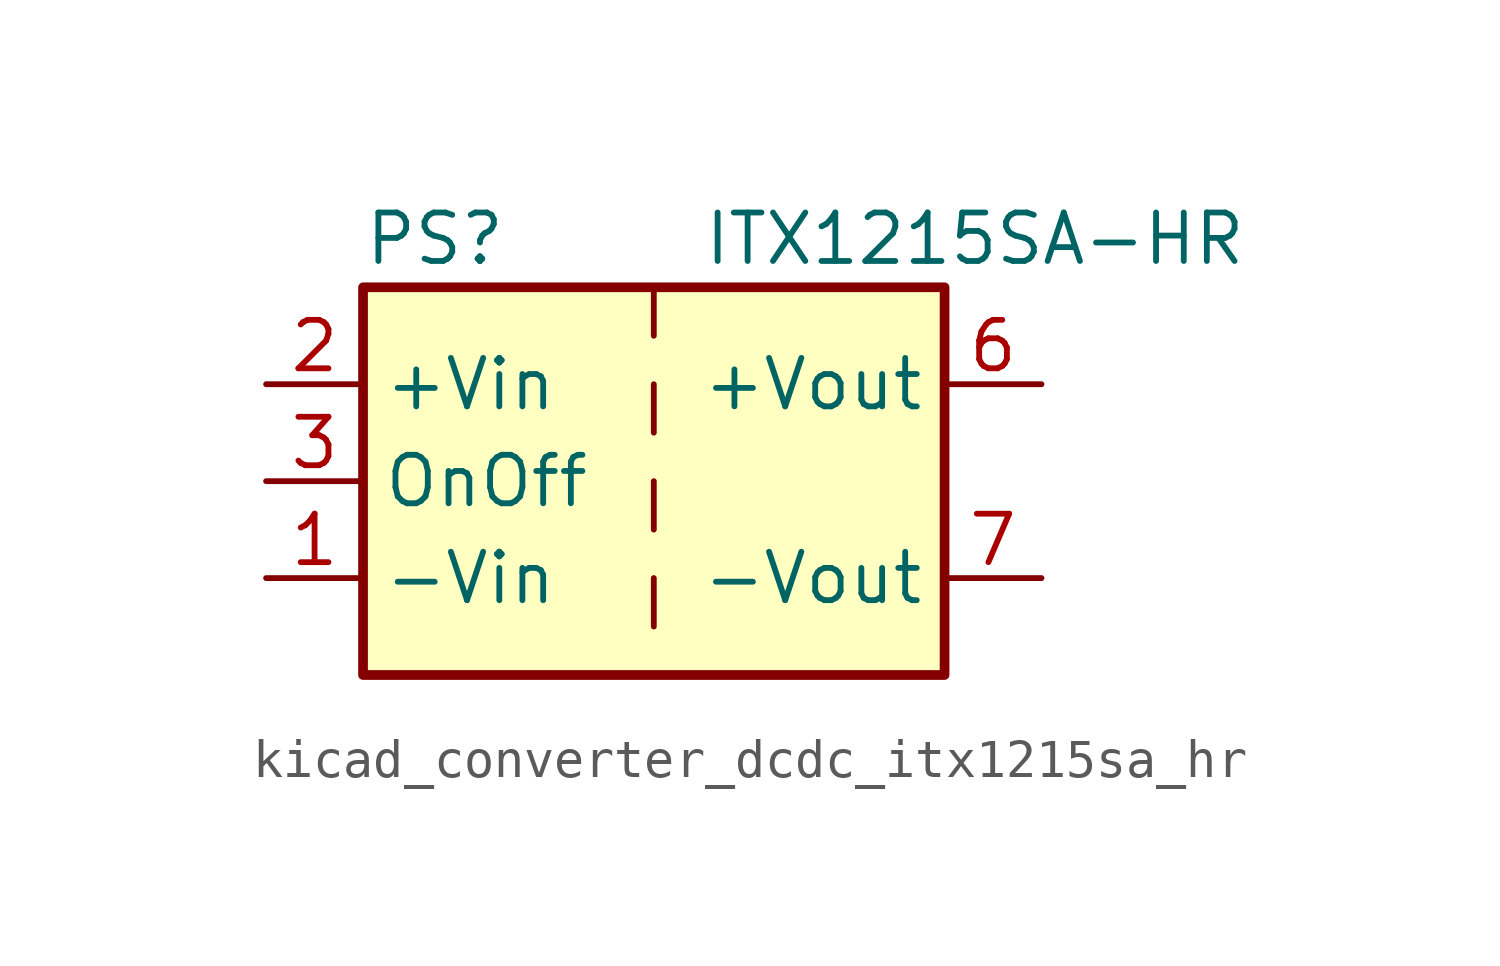
<source format=kicad_sym>
(kicad_symbol_lib
  (version 20220914)
  (generator kicad_symbol_editor)
  (symbol "kicad_converter_dcdc_itx1215sa_hr"
    (property "Reference" "PS"
      (at -7.62 6.35 0)
      (effects (font (size 1.27 1.27)) (justify left)))
    (property "Value" "ITX1215SA-HR"
      (at 1.27 6.35 0)
      (effects (font (size 1.27 1.27)) (justify left)))
    (symbol "kicad_converter_dcdc_itx1215sa_hr_0_0"
      (pin power_in line (at -10.16 -2.54 0) (length 2.54) (name "-Vin" (effects (font (size 1.27 1.27)))) (number "1" (effects (font (size 1.27 1.27)))))
      (pin power_in line (at -10.16 2.54 0) (length 2.54) (name "+Vin" (effects (font (size 1.27 1.27)))) (number "2" (effects (font (size 1.27 1.27)))))
      (pin input line (at -10.16 0 0) (length 2.54) (name "OnOff" (effects (font (size 1.27 1.27)))) (number "3" (effects (font (size 1.27 1.27)))))
      (pin no_connect line (at 0 5.08 270) (length 2.54) hide (name "NC" (effects (font (size 1.27 1.27)))) (number "5" (effects (font (size 1.27 1.27)))))
      (pin power_out line (at 10.16 2.54 180) (length 2.54) (name "+Vout" (effects (font (size 1.27 1.27)))) (number "6" (effects (font (size 1.27 1.27)))))
      (pin power_out line (at 10.16 -2.54 180) (length 2.54) (name "-Vout" (effects (font (size 1.27 1.27)))) (number "7" (effects (font (size 1.27 1.27)))))
      (pin no_connect line (at 7.62 0 180) (length 2.54) hide (name "NC" (effects (font (size 1.27 1.27)))) (number "8" (effects (font (size 1.27 1.27))))))
    (symbol "kicad_converter_dcdc_itx1215sa_hr_0_1"
      (rectangle (start -7.62 5.08) (end 7.62 -5.08) (stroke (width 0.254) (type default)) (fill (type background)))
      (polyline (pts (xy 0 -2.54) (xy 0 -3.81)) (stroke (width 0) (type default)) (fill (type none)))
      (polyline (pts (xy 0 0) (xy 0 -1.27)) (stroke (width 0) (type default)) (fill (type none)))
      (polyline (pts (xy 0 2.54) (xy 0 1.27)) (stroke (width 0) (type default)) (fill (type none)))
      (polyline (pts (xy 0 5.08) (xy 0 3.81)) (stroke (width 0) (type default)) (fill (type none))))))
</source>
